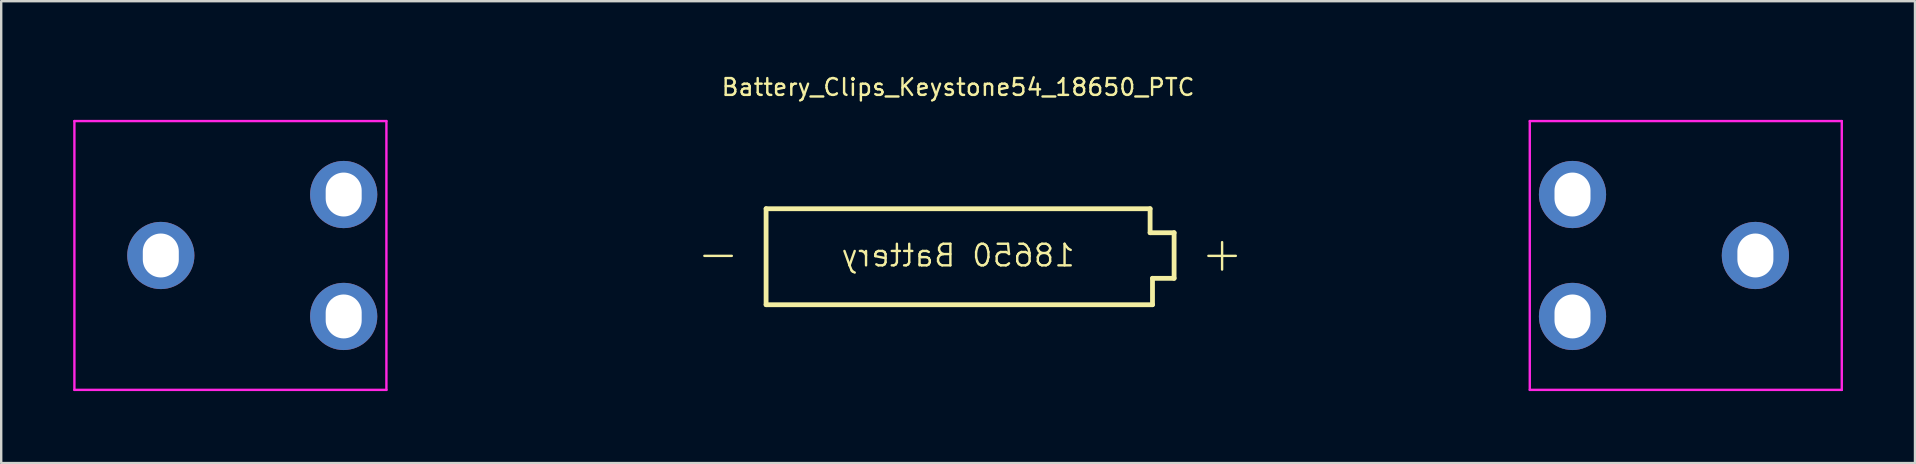
<source format=kicad_pcb>
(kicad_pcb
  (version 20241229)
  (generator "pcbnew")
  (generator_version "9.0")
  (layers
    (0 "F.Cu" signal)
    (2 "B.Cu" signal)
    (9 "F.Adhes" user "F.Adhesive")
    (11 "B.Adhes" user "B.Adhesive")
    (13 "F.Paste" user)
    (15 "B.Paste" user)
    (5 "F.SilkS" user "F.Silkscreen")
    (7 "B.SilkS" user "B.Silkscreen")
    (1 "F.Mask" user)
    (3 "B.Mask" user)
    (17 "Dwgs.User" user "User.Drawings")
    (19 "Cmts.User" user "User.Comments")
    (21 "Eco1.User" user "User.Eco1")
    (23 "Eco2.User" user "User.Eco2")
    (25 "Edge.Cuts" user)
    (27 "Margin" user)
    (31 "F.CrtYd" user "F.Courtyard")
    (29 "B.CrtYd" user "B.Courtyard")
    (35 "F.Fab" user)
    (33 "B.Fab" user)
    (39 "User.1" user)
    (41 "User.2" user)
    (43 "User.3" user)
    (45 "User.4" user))
  (footprint "Battery_Clips_Keystone54_18650_PTC"
    (layer "F.Cu")
    (at 36.87 7.595)
    (property "Reference" "Battery_Clips_Keystone54_18650_PTC" (at 0 -7.01 0) (layer "F.SilkS") (effects (font (size 0.7 0.7) (thickness 0.1))))
    (attr through_hole)
    (fp_line (start -8 -1.949) (end -8 2.051) (stroke (width 0.2) (type solid)) (layer "F.SilkS"))
    (fp_line (start -8 2.051) (end 8.1 2.051) (stroke (width 0.2) (type solid)) (layer "F.SilkS"))
    (fp_line (start 8 -1.949) (end -8 -1.949) (stroke (width 0.2) (type solid)) (layer "F.SilkS"))
    (fp_line (start 8 -0.949) (end 8 -1.949) (stroke (width 0.2) (type solid)) (layer "F.SilkS"))
    (fp_line (start 8.1 0.951) (end 9 0.951) (stroke (width 0.2) (type solid)) (layer "F.SilkS"))
    (fp_line (start 8.1 2.051) (end 8.1 0.951) (stroke (width 0.2) (type solid)) (layer "F.SilkS"))
    (fp_line (start 9 -0.949) (end 8 -0.949) (stroke (width 0.2) (type solid)) (layer "F.SilkS"))
    (fp_line (start 9 0.951) (end 9 -0.949) (stroke (width 0.2) (type solid)) (layer "F.SilkS"))
    (fp_line (start -36.82 -5.6) (end -23.82 -5.6) (stroke (width 0.1) (type solid)) (layer "F.CrtYd"))
    (fp_line (start -36.82 5.6) (end -36.82 -5.6) (stroke (width 0.1) (type solid)) (layer "F.CrtYd"))
    (fp_line (start -23.82 -5.6) (end -23.82 5.6) (stroke (width 0.1) (type solid)) (layer "F.CrtYd"))
    (fp_line (start -23.82 5.6) (end -36.82 5.6) (stroke (width 0.1) (type solid)) (layer "F.CrtYd"))
    (fp_line (start 23.82 -5.6) (end 23.82 5.6) (stroke (width 0.1) (type solid)) (layer "F.CrtYd"))
    (fp_line (start 23.82 5.6) (end 36.82 5.6) (stroke (width 0.1) (type solid)) (layer "F.CrtYd"))
    (fp_line (start 36.82 -5.6) (end 23.82 -5.6) (stroke (width 0.1) (type solid)) (layer "F.CrtYd"))
    (fp_line (start 36.82 -5.6) (end 36.82 5.6) (stroke (width 0.1) (type solid)) (layer "F.CrtYd"))
    (fp_text user "-" (at -10 -0.102 0) (layer "F.SilkS") (effects (font (size 1.5 1.5) (thickness 0.1)) (justify mirror)))
    (fp_text user "18650 Battery" (at 0 0 0) (layer "F.SilkS") (effects (font (size 0.9 0.9) (thickness 0.1)) (justify mirror)))
    (fp_text user "+" (at 11 -0.102 0) (layer "F.SilkS") (effects (font (size 1.5 1.5) (thickness 0.1)) (justify mirror)))
    (pad "1" thru_hole circle (at 25.6 -2.54) (size 2.8 2.8) (drill oval 1.5 1.83) (layers "*.Cu" "*.Mask"))
    (pad "1" thru_hole circle (at 25.6 2.54) (size 2.8 2.8) (drill oval 1.5 1.83) (layers "*.Cu" "*.Mask"))
    (pad "1" thru_hole circle (at 33.22 0) (size 2.8 2.8) (drill oval 1.5 1.83) (layers "*.Cu" "*.Mask"))
    (pad "2" thru_hole circle (at -33.22 0) (size 2.8 2.8) (drill oval 1.5 1.83) (layers "*.Cu" "*.Mask"))
    (pad "2" thru_hole circle (at -25.6 -2.54) (size 2.8 2.8) (drill oval 1.5 1.83) (layers "*.Cu" "*.Mask"))
    (pad "2" thru_hole circle (at -25.6 2.54) (size 2.8 2.8) (drill oval 1.5 1.83) (layers "*.Cu" "*.Mask")))
  (gr_rect
    (start -3 -3)
    (end 76.74 16.245)
    (stroke (width 0.1) (type default))
    (fill no)
    (layer "Edge.Cuts")))
</source>
